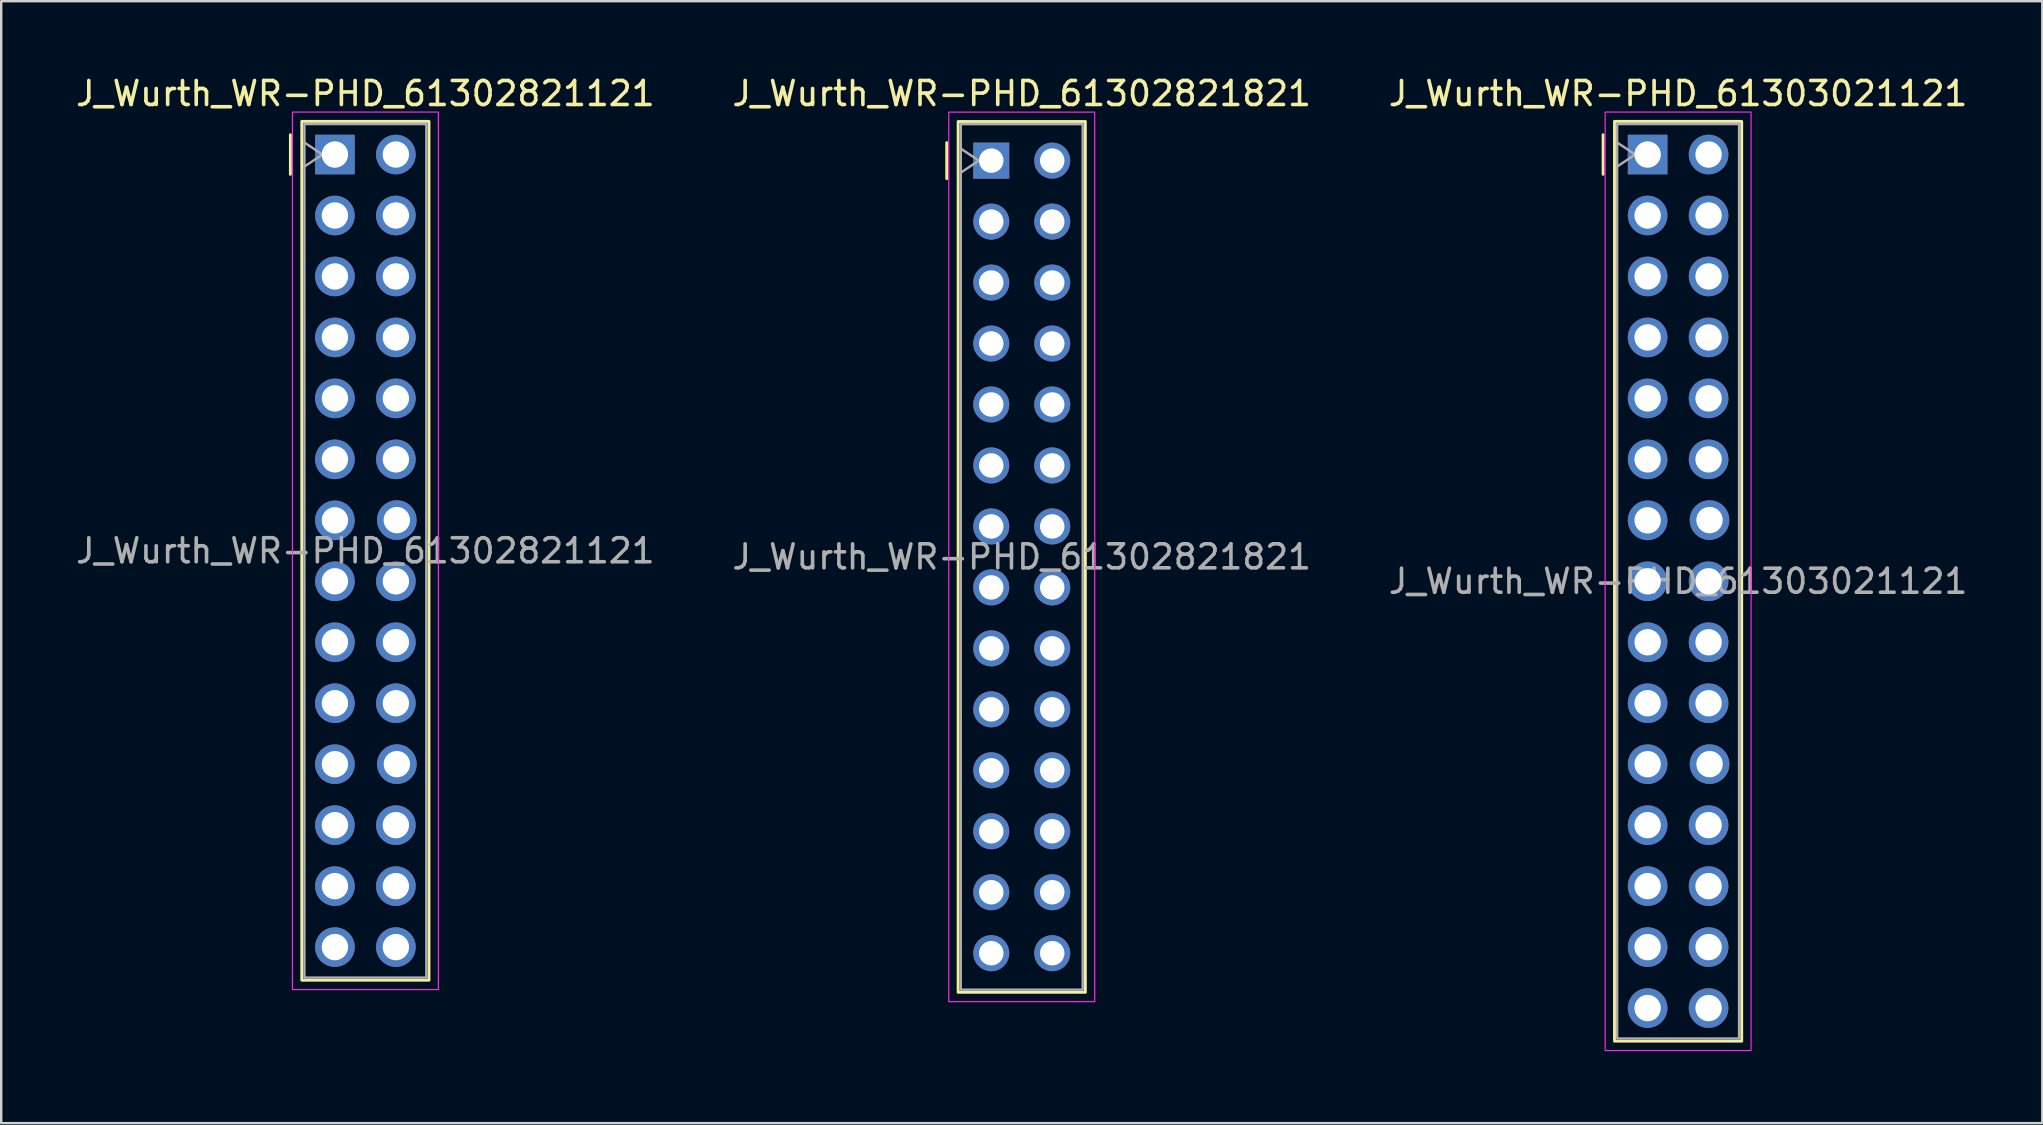
<source format=kicad_pcb>
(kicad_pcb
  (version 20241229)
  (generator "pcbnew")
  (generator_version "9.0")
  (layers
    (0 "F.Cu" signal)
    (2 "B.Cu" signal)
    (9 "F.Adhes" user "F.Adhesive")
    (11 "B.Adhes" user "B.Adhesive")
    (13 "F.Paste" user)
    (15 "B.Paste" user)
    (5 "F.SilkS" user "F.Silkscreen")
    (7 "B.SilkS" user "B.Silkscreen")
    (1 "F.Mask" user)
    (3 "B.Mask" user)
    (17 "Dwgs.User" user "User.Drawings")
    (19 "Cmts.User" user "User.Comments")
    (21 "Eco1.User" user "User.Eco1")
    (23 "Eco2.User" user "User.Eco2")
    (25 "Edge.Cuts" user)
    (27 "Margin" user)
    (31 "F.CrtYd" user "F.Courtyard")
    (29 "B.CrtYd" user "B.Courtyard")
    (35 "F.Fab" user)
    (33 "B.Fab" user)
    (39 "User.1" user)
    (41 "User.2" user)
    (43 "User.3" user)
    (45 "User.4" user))
  (footprint "J_Wurth_WR-PHD_61302821121"
    (layer "F.Cu")
    (at 10.903 3.388)
    (property "Reference" "J_Wurth_WR-PHD_61302821121" (at 1.27 -2.54 0) (unlocked yes) (layer "F.SilkS") (effects (font (size 1 1) (thickness 0.15))))
    (attr through_hole)
    (fp_line (start -1.855 -0.825) (end -1.855 0.825) (stroke (width 0.12) (type solid)) (layer "F.SilkS"))
    (fp_rect (start -1.38 -1.38) (end 3.92 34.4) (stroke (width 0.12) (type solid)) (fill no) (layer "F.SilkS"))
    (fp_rect (start -1.77 -1.77) (end 4.31 34.79) (stroke (width 0.05) (type solid)) (fill no) (layer "F.CrtYd"))
    (fp_line (start -1.27 -0.5) (end -0.52 0) (stroke (width 0.1) (type solid)) (layer "F.Fab"))
    (fp_line (start -0.52 0) (end -1.27 0.5) (stroke (width 0.1) (type solid)) (layer "F.Fab"))
    (fp_rect (start -1.27 -1.27) (end 3.81 34.29) (stroke (width 0.1) (type solid)) (fill no) (layer "F.Fab"))
    (fp_text user "${REFERENCE}" (at 1.27 16.51 0) (unlocked yes) (layer "F.Fab") (effects (font (size 1 1) (thickness 0.15))))
    (pad "1" thru_hole rect (at 0 0 270) (size 1.65 1.65) (drill 1.1) (layers "*.Cu" "*.Mask"))
    (pad "2" thru_hole circle (at 2.54 0 270) (size 1.65 1.65) (drill 1.1) (layers "*.Cu" "*.Mask"))
    (pad "3" thru_hole circle (at 0 2.54 270) (size 1.65 1.65) (drill 1.1) (layers "*.Cu" "*.Mask"))
    (pad "4" thru_hole circle (at 2.54 2.54 270) (size 1.65 1.65) (drill 1.1) (layers "*.Cu" "*.Mask"))
    (pad "5" thru_hole circle (at 0 5.08 270) (size 1.65 1.65) (drill 1.1) (layers "*.Cu" "*.Mask"))
    (pad "6" thru_hole circle (at 2.54 5.08 270) (size 1.65 1.65) (drill 1.1) (layers "*.Cu" "*.Mask"))
    (pad "7" thru_hole circle (at 0 7.62 270) (size 1.65 1.65) (drill 1.1) (layers "*.Cu" "*.Mask"))
    (pad "8" thru_hole circle (at 2.54 7.62 270) (size 1.65 1.65) (drill 1.1) (layers "*.Cu" "*.Mask"))
    (pad "9" thru_hole circle (at 0 10.16 270) (size 1.65 1.65) (drill 1.1) (layers "*.Cu" "*.Mask"))
    (pad "10" thru_hole circle (at 2.54 10.16 270) (size 1.65 1.65) (drill 1.1) (layers "*.Cu" "*.Mask"))
    (pad "11" thru_hole circle (at 0 12.7 270) (size 1.65 1.65) (drill 1.1) (layers "*.Cu" "*.Mask"))
    (pad "12" thru_hole circle (at 2.54 12.7 270) (size 1.65 1.65) (drill 1.1) (layers "*.Cu" "*.Mask"))
    (pad "13" thru_hole circle (at 0 15.24 270) (size 1.65 1.65) (drill 1.1) (layers "*.Cu" "*.Mask"))
    (pad "14" thru_hole circle (at 2.579 15.23 270) (size 1.65 1.65) (drill 1.1) (layers "*.Cu" "*.Mask"))
    (pad "15" thru_hole circle (at 0 17.78 270) (size 1.65 1.65) (drill 1.1) (layers "*.Cu" "*.Mask"))
    (pad "16" thru_hole circle (at 2.54 17.78 270) (size 1.65 1.65) (drill 1.1) (layers "*.Cu" "*.Mask"))
    (pad "17" thru_hole circle (at 0 20.32 270) (size 1.65 1.65) (drill 1.1) (layers "*.Cu" "*.Mask"))
    (pad "18" thru_hole circle (at 2.54 20.32 270) (size 1.65 1.65) (drill 1.1) (layers "*.Cu" "*.Mask"))
    (pad "19" thru_hole circle (at 0 22.86 270) (size 1.65 1.65) (drill 1.1) (layers "*.Cu" "*.Mask"))
    (pad "20" thru_hole circle (at 2.54 22.86 270) (size 1.65 1.65) (drill 1.1) (layers "*.Cu" "*.Mask"))
    (pad "21" thru_hole circle (at 0 25.4 270) (size 1.65 1.65) (drill 1.1) (layers "*.Cu" "*.Mask"))
    (pad "22" thru_hole circle (at 2.581 25.398 270) (size 1.65 1.65) (drill 1.1) (layers "*.Cu" "*.Mask"))
    (pad "23" thru_hole circle (at 0 27.94 270) (size 1.65 1.65) (drill 1.1) (layers "*.Cu" "*.Mask"))
    (pad "24" thru_hole circle (at 2.54 27.94 270) (size 1.65 1.65) (drill 1.1) (layers "*.Cu" "*.Mask"))
    (pad "25" thru_hole circle (at 0 30.48 270) (size 1.65 1.65) (drill 1.1) (layers "*.Cu" "*.Mask"))
    (pad "26" thru_hole circle (at 2.54 30.48 270) (size 1.65 1.65) (drill 1.1) (layers "*.Cu" "*.Mask"))
    (pad "27" thru_hole circle (at 0 33.02 270) (size 1.65 1.65) (drill 1.1) (layers "*.Cu" "*.Mask"))
    (pad "28" thru_hole circle (at 2.54 33.02 270) (size 1.65 1.65) (drill 1.1) (layers "*.Cu" "*.Mask")))
  (footprint "J_Wurth_WR-PHD_61303021121"
    (layer "F.Cu")
    (at 65.593 3.388)
    (property "Reference" "J_Wurth_WR-PHD_61303021121" (at 1.27 -2.54 0) (unlocked yes) (layer "F.SilkS") (effects (font (size 1 1) (thickness 0.15))))
    (attr through_hole)
    (fp_line (start -1.855 -0.825) (end -1.855 0.825) (stroke (width 0.12) (type solid)) (layer "F.SilkS"))
    (fp_rect (start -1.38 -1.38) (end 3.92 36.94) (stroke (width 0.12) (type solid)) (fill no) (layer "F.SilkS"))
    (fp_rect (start -1.77 -1.77) (end 4.31 37.33) (stroke (width 0.05) (type solid)) (fill no) (layer "F.CrtYd"))
    (fp_line (start -1.27 -0.5) (end -0.52 0) (stroke (width 0.1) (type solid)) (layer "F.Fab"))
    (fp_line (start -0.52 0) (end -1.27 0.5) (stroke (width 0.1) (type solid)) (layer "F.Fab"))
    (fp_rect (start -1.27 -1.27) (end 3.81 36.83) (stroke (width 0.1) (type solid)) (fill no) (layer "F.Fab"))
    (fp_text user "${REFERENCE}" (at 1.27 17.78 0) (unlocked yes) (layer "F.Fab") (effects (font (size 1 1) (thickness 0.15))))
    (pad "1" thru_hole rect (at 0 0 270) (size 1.65 1.65) (drill 1.1) (layers "*.Cu" "*.Mask"))
    (pad "2" thru_hole circle (at 2.54 0 270) (size 1.65 1.65) (drill 1.1) (layers "*.Cu" "*.Mask"))
    (pad "3" thru_hole circle (at 0 2.54 270) (size 1.65 1.65) (drill 1.1) (layers "*.Cu" "*.Mask"))
    (pad "4" thru_hole circle (at 2.54 2.54 270) (size 1.65 1.65) (drill 1.1) (layers "*.Cu" "*.Mask"))
    (pad "5" thru_hole circle (at 0 5.08 270) (size 1.65 1.65) (drill 1.1) (layers "*.Cu" "*.Mask"))
    (pad "6" thru_hole circle (at 2.54 5.08 270) (size 1.65 1.65) (drill 1.1) (layers "*.Cu" "*.Mask"))
    (pad "7" thru_hole circle (at 0 7.62 270) (size 1.65 1.65) (drill 1.1) (layers "*.Cu" "*.Mask"))
    (pad "8" thru_hole circle (at 2.54 7.62 270) (size 1.65 1.65) (drill 1.1) (layers "*.Cu" "*.Mask"))
    (pad "9" thru_hole circle (at 0 10.16 270) (size 1.65 1.65) (drill 1.1) (layers "*.Cu" "*.Mask"))
    (pad "10" thru_hole circle (at 2.54 10.16 270) (size 1.65 1.65) (drill 1.1) (layers "*.Cu" "*.Mask"))
    (pad "11" thru_hole circle (at 0 12.7 270) (size 1.65 1.65) (drill 1.1) (layers "*.Cu" "*.Mask"))
    (pad "12" thru_hole circle (at 2.54 12.7 270) (size 1.65 1.65) (drill 1.1) (layers "*.Cu" "*.Mask"))
    (pad "13" thru_hole circle (at 0 15.24 270) (size 1.65 1.65) (drill 1.1) (layers "*.Cu" "*.Mask"))
    (pad "14" thru_hole circle (at 2.579 15.23 270) (size 1.65 1.65) (drill 1.1) (layers "*.Cu" "*.Mask"))
    (pad "15" thru_hole circle (at 0 17.78 270) (size 1.65 1.65) (drill 1.1) (layers "*.Cu" "*.Mask"))
    (pad "16" thru_hole circle (at 2.54 17.78 270) (size 1.65 1.65) (drill 1.1) (layers "*.Cu" "*.Mask"))
    (pad "17" thru_hole circle (at 0 20.32 270) (size 1.65 1.65) (drill 1.1) (layers "*.Cu" "*.Mask"))
    (pad "18" thru_hole circle (at 2.54 20.32 270) (size 1.65 1.65) (drill 1.1) (layers "*.Cu" "*.Mask"))
    (pad "19" thru_hole circle (at 0 22.86 270) (size 1.65 1.65) (drill 1.1) (layers "*.Cu" "*.Mask"))
    (pad "20" thru_hole circle (at 2.54 22.86 270) (size 1.65 1.65) (drill 1.1) (layers "*.Cu" "*.Mask"))
    (pad "21" thru_hole circle (at 0 25.4 270) (size 1.65 1.65) (drill 1.1) (layers "*.Cu" "*.Mask"))
    (pad "22" thru_hole circle (at 2.581 25.398 270) (size 1.65 1.65) (drill 1.1) (layers "*.Cu" "*.Mask"))
    (pad "23" thru_hole circle (at 0 27.94 270) (size 1.65 1.65) (drill 1.1) (layers "*.Cu" "*.Mask"))
    (pad "24" thru_hole circle (at 2.54 27.94 270) (size 1.65 1.65) (drill 1.1) (layers "*.Cu" "*.Mask"))
    (pad "25" thru_hole circle (at 0 30.48 270) (size 1.65 1.65) (drill 1.1) (layers "*.Cu" "*.Mask"))
    (pad "26" thru_hole circle (at 2.54 30.48 270) (size 1.65 1.65) (drill 1.1) (layers "*.Cu" "*.Mask"))
    (pad "27" thru_hole circle (at 0 33.02 270) (size 1.65 1.65) (drill 1.1) (layers "*.Cu" "*.Mask"))
    (pad "28" thru_hole circle (at 2.54 33.02 270) (size 1.65 1.65) (drill 1.1) (layers "*.Cu" "*.Mask"))
    (pad "29" thru_hole circle (at 0 35.56 270) (size 1.65 1.65) (drill 1.1) (layers "*.Cu" "*.Mask"))
    (pad "30" thru_hole circle (at 2.54 35.56 270) (size 1.65 1.65) (drill 1.1) (layers "*.Cu" "*.Mask")))
  (footprint "J_Wurth_WR-PHD_61302821821"
    (layer "F.Cu")
    (at 38.248 3.642)
    (property "Reference" "J_Wurth_WR-PHD_61302821821" (at 1.27 -2.794 0) (unlocked yes) (layer "F.SilkS") (effects (font (size 1 1) (thickness 0.15))))
    (attr through_hole)
    (fp_line (start -1.855 -0.75) (end -1.855 0.75) (stroke (width 0.12) (type solid)) (layer "F.SilkS"))
    (fp_rect (start -1.38 -1.63) (end 3.92 34.65) (stroke (width 0.12) (type solid)) (fill no) (layer "F.SilkS"))
    (fp_rect (start -1.77 -2.02) (end 4.31 35.04) (stroke (width 0.05) (type solid)) (fill no) (layer "F.CrtYd"))
    (fp_line (start -1.27 -0.5) (end -0.52 0) (stroke (width 0.1) (type solid)) (layer "F.Fab"))
    (fp_line (start -0.52 0) (end -1.27 0.5) (stroke (width 0.1) (type solid)) (layer "F.Fab"))
    (fp_rect (start -1.27 -1.52) (end 3.81 34.54) (stroke (width 0.1) (type solid)) (fill no) (layer "F.Fab"))
    (fp_text user "${REFERENCE}" (at 1.27 16.51 0) (unlocked yes) (layer "F.Fab") (effects (font (size 1 1) (thickness 0.15))))
    (pad "1" thru_hole rect (at 0 0) (size 1.5 1.5) (drill 1.02) (layers "*.Cu" "*.Mask"))
    (pad "2" thru_hole circle (at 2.54 0) (size 1.5 1.5) (drill 1.02) (layers "*.Cu" "*.Mask"))
    (pad "3" thru_hole circle (at 0 2.54) (size 1.5 1.5) (drill 1.02) (layers "*.Cu" "*.Mask"))
    (pad "4" thru_hole circle (at 2.54 2.54) (size 1.5 1.5) (drill 1.02) (layers "*.Cu" "*.Mask"))
    (pad "5" thru_hole circle (at 0 5.08) (size 1.5 1.5) (drill 1.02) (layers "*.Cu" "*.Mask"))
    (pad "6" thru_hole circle (at 2.54 5.08) (size 1.5 1.5) (drill 1.02) (layers "*.Cu" "*.Mask"))
    (pad "7" thru_hole circle (at 0 7.62) (size 1.5 1.5) (drill 1.02) (layers "*.Cu" "*.Mask"))
    (pad "8" thru_hole circle (at 2.54 7.62) (size 1.5 1.5) (drill 1.02) (layers "*.Cu" "*.Mask"))
    (pad "9" thru_hole circle (at 0 10.16) (size 1.5 1.5) (drill 1.02) (layers "*.Cu" "*.Mask"))
    (pad "10" thru_hole circle (at 2.54 10.16) (size 1.5 1.5) (drill 1.02) (layers "*.Cu" "*.Mask"))
    (pad "11" thru_hole circle (at 0 12.7) (size 1.5 1.5) (drill 1.02) (layers "*.Cu" "*.Mask"))
    (pad "12" thru_hole circle (at 2.54 12.7) (size 1.5 1.5) (drill 1.02) (layers "*.Cu" "*.Mask"))
    (pad "13" thru_hole circle (at 0 15.24) (size 1.5 1.5) (drill 1.02) (layers "*.Cu" "*.Mask"))
    (pad "14" thru_hole circle (at 2.54 15.24) (size 1.5 1.5) (drill 1.02) (layers "*.Cu" "*.Mask"))
    (pad "15" thru_hole circle (at 0 17.78) (size 1.5 1.5) (drill 1.02) (layers "*.Cu" "*.Mask"))
    (pad "16" thru_hole circle (at 2.54 17.78) (size 1.5 1.5) (drill 1.02) (layers "*.Cu" "*.Mask"))
    (pad "17" thru_hole circle (at 0 20.32) (size 1.5 1.5) (drill 1.02) (layers "*.Cu" "*.Mask"))
    (pad "18" thru_hole circle (at 2.54 20.32) (size 1.5 1.5) (drill 1.02) (layers "*.Cu" "*.Mask"))
    (pad "19" thru_hole circle (at 0 22.86) (size 1.5 1.5) (drill 1.02) (layers "*.Cu" "*.Mask"))
    (pad "20" thru_hole circle (at 2.54 22.86) (size 1.5 1.5) (drill 1.02) (layers "*.Cu" "*.Mask"))
    (pad "21" thru_hole circle (at 0 25.4) (size 1.5 1.5) (drill 1.02) (layers "*.Cu" "*.Mask"))
    (pad "22" thru_hole circle (at 2.54 25.4) (size 1.5 1.5) (drill 1.02) (layers "*.Cu" "*.Mask"))
    (pad "23" thru_hole circle (at 0 27.94) (size 1.5 1.5) (drill 1.02) (layers "*.Cu" "*.Mask"))
    (pad "24" thru_hole circle (at 2.54 27.94) (size 1.5 1.5) (drill 1.02) (layers "*.Cu" "*.Mask"))
    (pad "25" thru_hole circle (at 0 30.48) (size 1.5 1.5) (drill 1.02) (layers "*.Cu" "*.Mask"))
    (pad "26" thru_hole circle (at 2.54 30.48) (size 1.5 1.5) (drill 1.02) (layers "*.Cu" "*.Mask"))
    (pad "27" thru_hole circle (at 0 33.02) (size 1.5 1.5) (drill 1.02) (layers "*.Cu" "*.Mask"))
    (pad "28" thru_hole circle (at 2.54 33.02) (size 1.5 1.5) (drill 1.02) (layers "*.Cu" "*.Mask")))
  (gr_rect
    (start -3 -3)
    (end 82.036 43.743)
    (stroke (width 0.1) (type default))
    (fill no)
    (layer "Edge.Cuts")))
</source>
